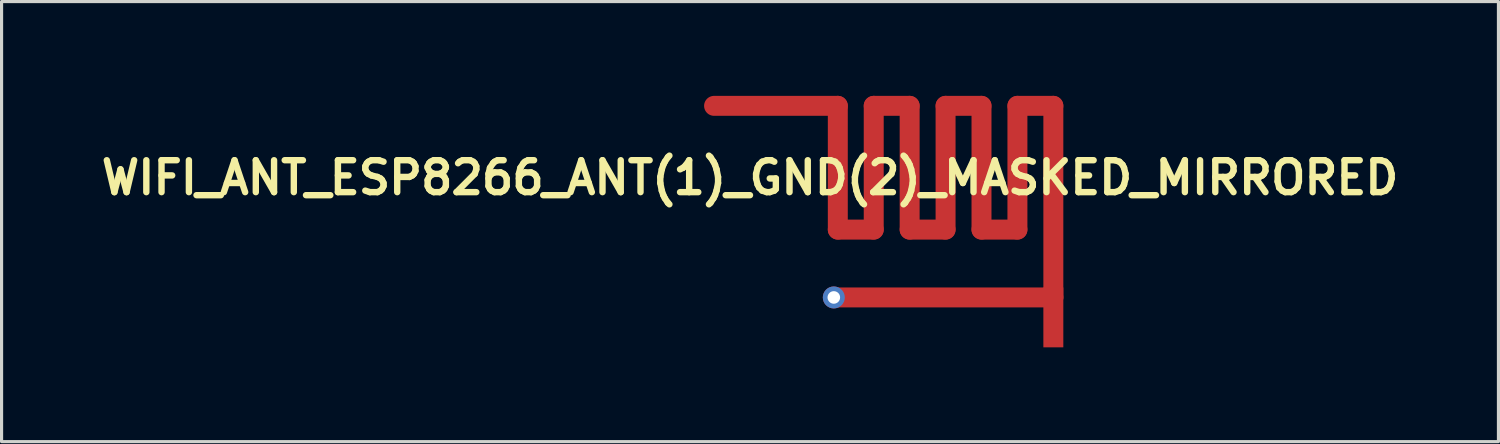
<source format=kicad_pcb>
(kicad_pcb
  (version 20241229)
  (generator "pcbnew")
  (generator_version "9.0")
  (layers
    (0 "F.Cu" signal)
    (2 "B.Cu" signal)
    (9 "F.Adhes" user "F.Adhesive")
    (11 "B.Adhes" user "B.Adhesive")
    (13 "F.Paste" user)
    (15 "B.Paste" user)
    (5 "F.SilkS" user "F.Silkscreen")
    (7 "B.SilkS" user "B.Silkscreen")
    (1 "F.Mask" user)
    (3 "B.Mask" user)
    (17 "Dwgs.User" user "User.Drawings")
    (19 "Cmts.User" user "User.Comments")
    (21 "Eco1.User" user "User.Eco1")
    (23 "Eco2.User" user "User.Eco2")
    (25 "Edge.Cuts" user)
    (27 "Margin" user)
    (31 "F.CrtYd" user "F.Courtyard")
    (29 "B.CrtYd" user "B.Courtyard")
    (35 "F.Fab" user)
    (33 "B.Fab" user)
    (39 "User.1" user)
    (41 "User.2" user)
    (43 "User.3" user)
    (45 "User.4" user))
  (footprint "WIFI_ANT_ESP8266_ANT(1)_GND(2)_MASKED_MIRRORED"
    (layer "F.Cu")
    (at 27.671 3.747)
    (property "Reference" "WIFI_ANT_ESP8266_ANT(1)_GND(2)_MASKED_MIRRORED" (at -6.858 -1.143 0) (layer "F.SilkS") (effects (font (size 1.016 1.016) (thickness 0.203))))
    (attr exclude_from_pos_files exclude_from_bom)
    (fp_line (start -4.064 -3.429) (end -8.001 -3.429) (stroke (width 0.635) (type solid)) (layer "F.Cu"))
    (fp_line (start -4.064 0.508) (end -4.064 -3.429) (stroke (width 0.635) (type solid)) (layer "F.Cu"))
    (fp_line (start -2.921 -3.429) (end -2.921 0.508) (stroke (width 0.635) (type solid)) (layer "F.Cu"))
    (fp_line (start -2.921 0.508) (end -4.064 0.508) (stroke (width 0.635) (type solid)) (layer "F.Cu"))
    (fp_line (start -1.778 -3.429) (end -2.921 -3.429) (stroke (width 0.635) (type solid)) (layer "F.Cu"))
    (fp_line (start -1.778 0.508) (end -1.778 -3.429) (stroke (width 0.635) (type solid)) (layer "F.Cu"))
    (fp_line (start -0.635 -3.429) (end -0.635 0.508) (stroke (width 0.635) (type solid)) (layer "F.Cu"))
    (fp_line (start -0.635 0.508) (end -1.778 0.508) (stroke (width 0.635) (type solid)) (layer "F.Cu"))
    (fp_line (start 0.508 -3.429) (end -0.635 -3.429) (stroke (width 0.635) (type solid)) (layer "F.Cu"))
    (fp_line (start 0.508 0.508) (end 0.508 -3.429) (stroke (width 0.635) (type solid)) (layer "F.Cu"))
    (fp_line (start 1.651 -3.429) (end 1.651 0.508) (stroke (width 0.635) (type solid)) (layer "F.Cu"))
    (fp_line (start 1.651 0.508) (end 0.508 0.508) (stroke (width 0.635) (type solid)) (layer "F.Cu"))
    (fp_line (start 2.794 -3.429) (end 1.651 -3.429) (stroke (width 0.635) (type solid)) (layer "F.Cu"))
    (fp_line (start 2.794 2.667) (end -4.191 2.667) (stroke (width 0.635) (type solid)) (layer "F.Cu"))
    (fp_line (start 2.794 2.667) (end 2.794 -3.429) (stroke (width 0.635) (type solid)) (layer "F.Cu"))
    (pad "1" smd rect (at 2.794 3.302 270) (size 1.905 0.635) (layers "F.Cu"))
    (pad "2" thru_hole circle (at -4.191 2.667 270) (size 0.7 0.7) (drill 0.4) (layers "*.Cu")))
  (gr_rect
    (start -3 -3)
    (end 44.627 11.001)
    (stroke (width 0.1) (type default))
    (fill no)
    (layer "Edge.Cuts")))
</source>
